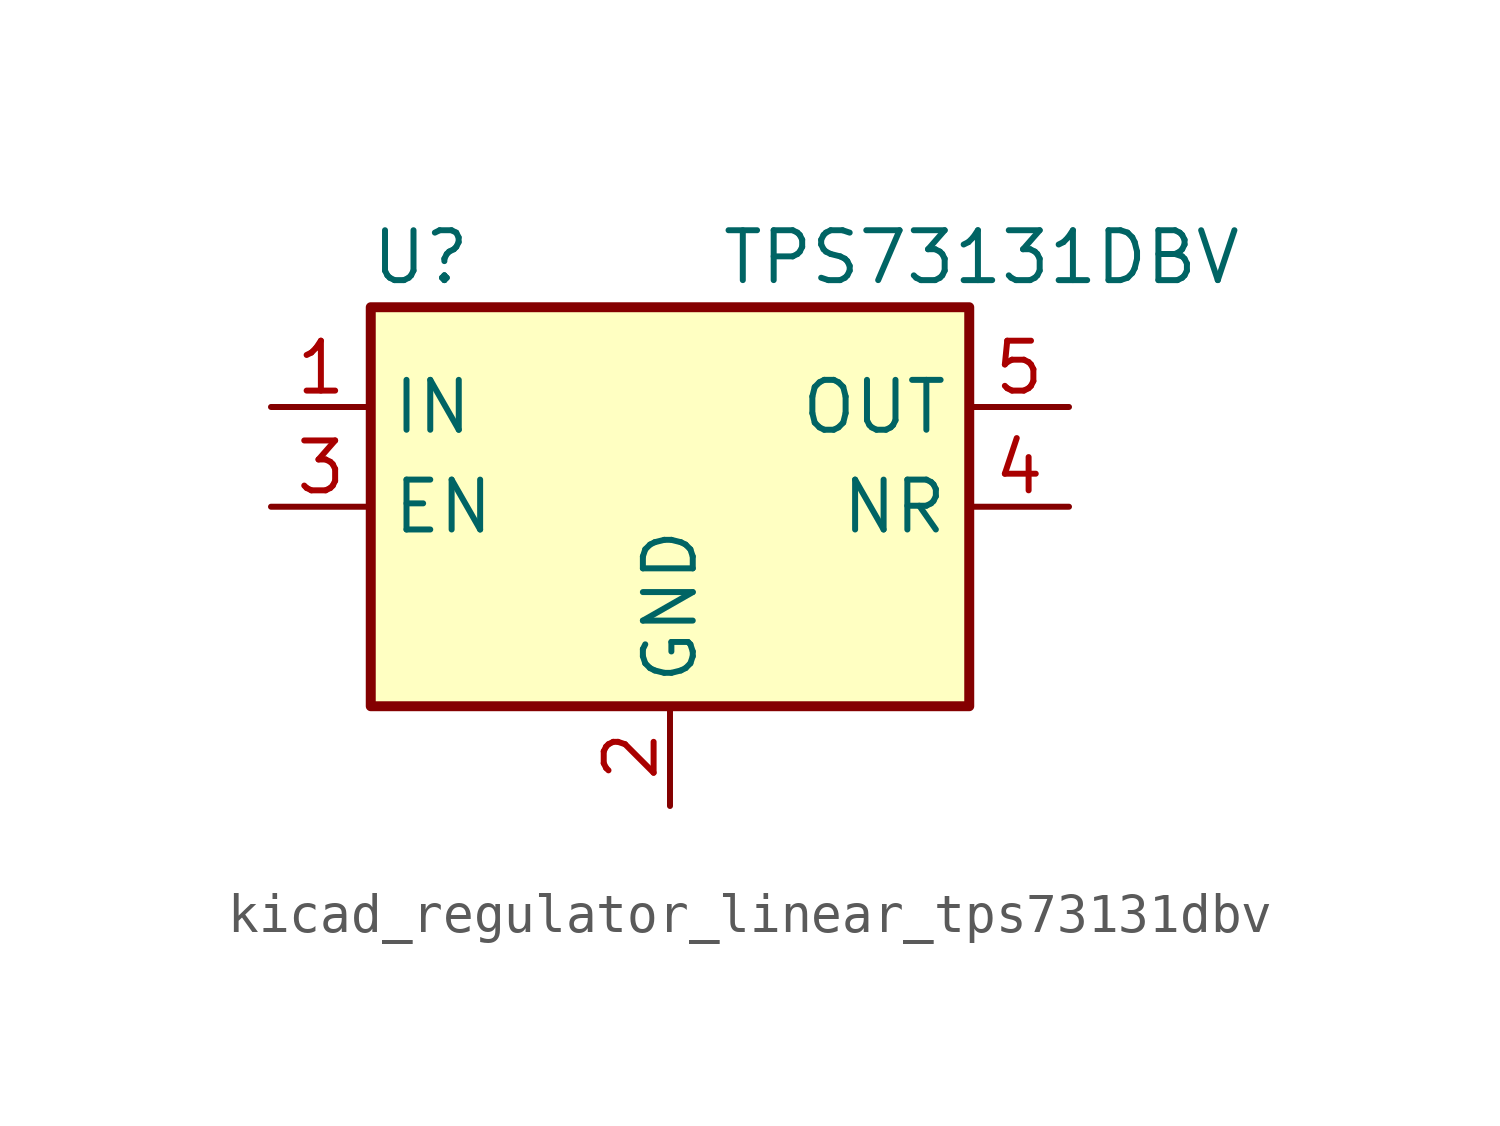
<source format=kicad_sym>
(kicad_symbol_lib
  (version 20220914)
  (generator kicad_symbol_editor)
  (symbol "kicad_regulator_linear_tps73131dbv"
    (property "Reference" "U"
      (at -6.35 6.35 0)
      (effects (font (size 1.27 1.27))))
    (property "Value" "TPS73131DBV"
      (at 1.27 6.35 0)
      (effects (font (size 1.27 1.27)) (justify left)))
    (symbol "kicad_regulator_linear_tps73131dbv_0_1"
      (rectangle (start -7.62 -5.08) (end 7.62 5.08) (stroke (width 0.254) (type default)) (fill (type background))))
    (symbol "kicad_regulator_linear_tps73131dbv_1_1"
      (pin power_in line (at -10.16 2.54 0) (length 2.54) (name "IN" (effects (font (size 1.27 1.27)))) (number "1" (effects (font (size 1.27 1.27)))))
      (pin power_in line (at 0 -7.62 90) (length 2.54) (name "GND" (effects (font (size 1.27 1.27)))) (number "2" (effects (font (size 1.27 1.27)))))
      (pin input line (at -10.16 0 0) (length 2.54) (name "EN" (effects (font (size 1.27 1.27)))) (number "3" (effects (font (size 1.27 1.27)))))
      (pin passive line (at 10.16 0 180) (length 2.54) (name "NR" (effects (font (size 1.27 1.27)))) (number "4" (effects (font (size 1.27 1.27)))))
      (pin power_out line (at 10.16 2.54 180) (length 2.54) (name "OUT" (effects (font (size 1.27 1.27)))) (number "5" (effects (font (size 1.27 1.27))))))))
</source>
